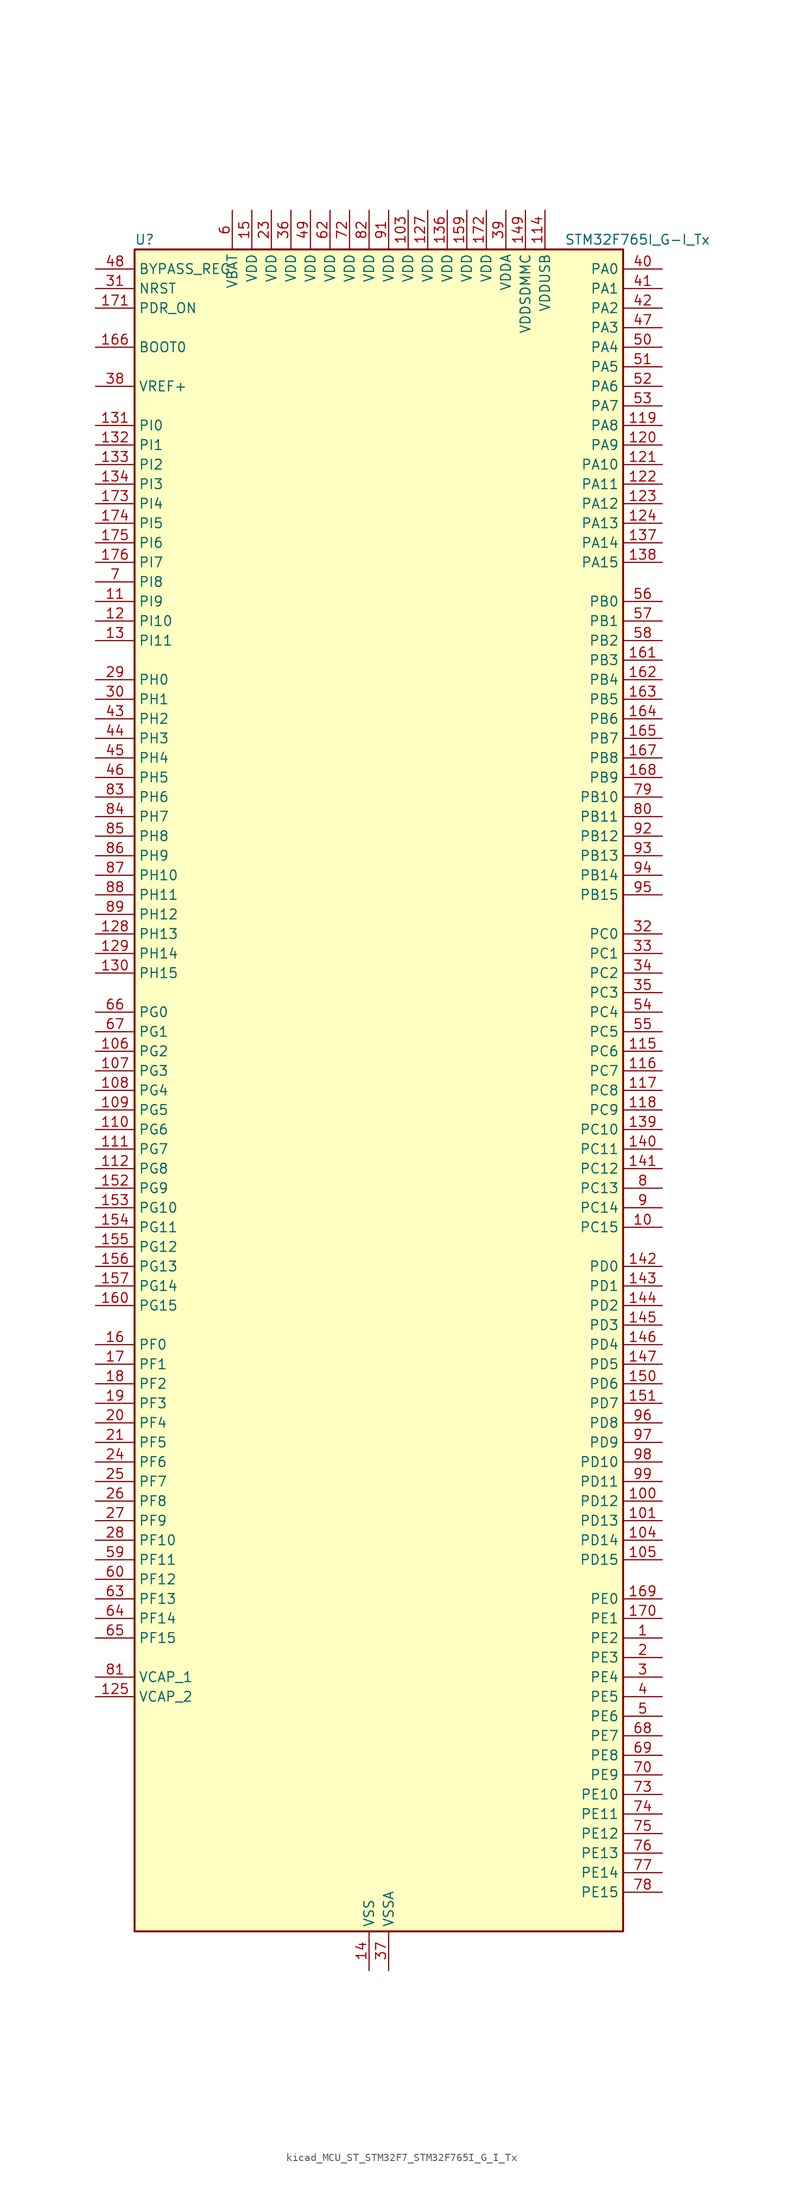
<source format=kicad_sym>
(kicad_symbol_lib
  (version 20220914)
  (generator kicad_symbol_editor)
  (symbol "kicad_MCU_ST_STM32F7_STM32F765I_G_I_Tx"
    (property "Reference" "U"
      (at -30.48 110.49 0)
      (effects (font (size 1.27 1.27)) (justify left)))
    (property "Value" "STM32F765I_G-I_Tx"
      (at 25.4 110.49 0)
      (effects (font (size 1.27 1.27)) (justify left)))
    (property "ki_locked" ""
      (at 0 0 0)
      (effects (font (size 1.27 1.27))))
    (symbol "kicad_MCU_ST_STM32F7_STM32F765I_G_I_Tx_0_1"
      (rectangle (start -30.48 -109.22) (end 33.02 109.22) (stroke (width 0.254) (type default)) (fill (type background))))
    (symbol "kicad_MCU_ST_STM32F7_STM32F765I_G_I_Tx_1_1"
      (pin bidirectional line (at 38.1 -71.12 180) (length 5.08) (name "PE2" (effects (font (size 1.27 1.27)))) (number "1" (effects (font (size 1.27 1.27)))) (alternate "ETH_TXD3" bidirectional line) (alternate "FMC_A23" bidirectional line) (alternate "QUADSPI_BK1_IO2" bidirectional line) (alternate "SAI1_MCLK_A" bidirectional line) (alternate "SPI4_SCK" bidirectional line) (alternate "SYS_TRACECLK" bidirectional line))
      (pin bidirectional line (at 38.1 -17.78 180) (length 5.08) (name "PC15" (effects (font (size 1.27 1.27)))) (number "10" (effects (font (size 1.27 1.27)))) (alternate "RCC_OSC32_OUT" bidirectional line))
      (pin bidirectional line (at 38.1 -53.34 180) (length 5.08) (name "PD12" (effects (font (size 1.27 1.27)))) (number "100" (effects (font (size 1.27 1.27)))) (alternate "FMC_A17" bidirectional line) (alternate "FMC_ALE" bidirectional line) (alternate "I2C4_SCL" bidirectional line) (alternate "LPTIM1_IN1" bidirectional line) (alternate "QUADSPI_BK1_IO1" bidirectional line) (alternate "SAI2_FS_A" bidirectional line) (alternate "TIM4_CH1" bidirectional line) (alternate "USART3_DE" bidirectional line) (alternate "USART3_RTS" bidirectional line))
      (pin bidirectional line (at 38.1 -55.88 180) (length 5.08) (name "PD13" (effects (font (size 1.27 1.27)))) (number "101" (effects (font (size 1.27 1.27)))) (alternate "FMC_A18" bidirectional line) (alternate "I2C4_SDA" bidirectional line) (alternate "LPTIM1_OUT" bidirectional line) (alternate "QUADSPI_BK1_IO3" bidirectional line) (alternate "SAI2_SCK_A" bidirectional line) (alternate "TIM4_CH2" bidirectional line))
      (pin passive line (at 0 -114.3 90) (length 5.08) hide (name "VSS" (effects (font (size 1.27 1.27)))) (number "102" (effects (font (size 1.27 1.27)))))
      (pin power_in line (at 5.08 114.3 270) (length 5.08) (name "VDD" (effects (font (size 1.27 1.27)))) (number "103" (effects (font (size 1.27 1.27)))))
      (pin bidirectional line (at 38.1 -58.42 180) (length 5.08) (name "PD14" (effects (font (size 1.27 1.27)))) (number "104" (effects (font (size 1.27 1.27)))) (alternate "FMC_D0" bidirectional line) (alternate "FMC_DA0" bidirectional line) (alternate "TIM4_CH3" bidirectional line) (alternate "UART8_CTS" bidirectional line))
      (pin bidirectional line (at 38.1 -60.96 180) (length 5.08) (name "PD15" (effects (font (size 1.27 1.27)))) (number "105" (effects (font (size 1.27 1.27)))) (alternate "FMC_D1" bidirectional line) (alternate "FMC_DA1" bidirectional line) (alternate "TIM4_CH4" bidirectional line) (alternate "UART8_DE" bidirectional line) (alternate "UART8_RTS" bidirectional line))
      (pin bidirectional line (at -35.56 5.08 0) (length 5.08) (name "PG2" (effects (font (size 1.27 1.27)))) (number "106" (effects (font (size 1.27 1.27)))) (alternate "FMC_A12" bidirectional line))
      (pin bidirectional line (at -35.56 2.54 0) (length 5.08) (name "PG3" (effects (font (size 1.27 1.27)))) (number "107" (effects (font (size 1.27 1.27)))) (alternate "FMC_A13" bidirectional line))
      (pin bidirectional line (at -35.56 0 0) (length 5.08) (name "PG4" (effects (font (size 1.27 1.27)))) (number "108" (effects (font (size 1.27 1.27)))) (alternate "FMC_A14" bidirectional line) (alternate "FMC_BA0" bidirectional line))
      (pin bidirectional line (at -35.56 -2.54 0) (length 5.08) (name "PG5" (effects (font (size 1.27 1.27)))) (number "109" (effects (font (size 1.27 1.27)))) (alternate "FMC_A15" bidirectional line) (alternate "FMC_BA1" bidirectional line))
      (pin bidirectional line (at -35.56 63.5 0) (length 5.08) (name "PI9" (effects (font (size 1.27 1.27)))) (number "11" (effects (font (size 1.27 1.27)))) (alternate "CAN1_RX" bidirectional line) (alternate "DAC_EXTI9" bidirectional line) (alternate "FMC_D30" bidirectional line) (alternate "UART4_RX" bidirectional line))
      (pin bidirectional line (at -35.56 -5.08 0) (length 5.08) (name "PG6" (effects (font (size 1.27 1.27)))) (number "110" (effects (font (size 1.27 1.27)))) (alternate "DCMI_D12" bidirectional line) (alternate "FMC_NE3" bidirectional line))
      (pin bidirectional line (at -35.56 -7.62 0) (length 5.08) (name "PG7" (effects (font (size 1.27 1.27)))) (number "111" (effects (font (size 1.27 1.27)))) (alternate "DCMI_D13" bidirectional line) (alternate "FMC_INT" bidirectional line) (alternate "SAI1_MCLK_A" bidirectional line) (alternate "USART6_CK" bidirectional line))
      (pin bidirectional line (at -35.56 -10.16 0) (length 5.08) (name "PG8" (effects (font (size 1.27 1.27)))) (number "112" (effects (font (size 1.27 1.27)))) (alternate "ETH_PPS_OUT" bidirectional line) (alternate "FMC_SDCLK" bidirectional line) (alternate "SPDIFRX_IN2" bidirectional line) (alternate "SPI6_NSS" bidirectional line) (alternate "USART6_DE" bidirectional line) (alternate "USART6_RTS" bidirectional line))
      (pin passive line (at 0 -114.3 90) (length 5.08) hide (name "VSS" (effects (font (size 1.27 1.27)))) (number "113" (effects (font (size 1.27 1.27)))))
      (pin power_in line (at 22.86 114.3 270) (length 5.08) (name "VDDUSB" (effects (font (size 1.27 1.27)))) (number "114" (effects (font (size 1.27 1.27)))))
      (pin bidirectional line (at 38.1 5.08 180) (length 5.08) (name "PC6" (effects (font (size 1.27 1.27)))) (number "115" (effects (font (size 1.27 1.27)))) (alternate "DCMI_D0" bidirectional line) (alternate "DFSDM1_CKIN3" bidirectional line) (alternate "FMC_NWAIT" bidirectional line) (alternate "I2S2_MCK" bidirectional line) (alternate "SDMMC1_D6" bidirectional line) (alternate "SDMMC2_D6" bidirectional line) (alternate "TIM3_CH1" bidirectional line) (alternate "TIM8_CH1" bidirectional line) (alternate "USART6_TX" bidirectional line))
      (pin bidirectional line (at 38.1 2.54 180) (length 5.08) (name "PC7" (effects (font (size 1.27 1.27)))) (number "116" (effects (font (size 1.27 1.27)))) (alternate "DCMI_D1" bidirectional line) (alternate "DFSDM1_DATIN3" bidirectional line) (alternate "FMC_NE1" bidirectional line) (alternate "I2S3_MCK" bidirectional line) (alternate "SDMMC1_D7" bidirectional line) (alternate "SDMMC2_D7" bidirectional line) (alternate "TIM3_CH2" bidirectional line) (alternate "TIM8_CH2" bidirectional line) (alternate "USART6_RX" bidirectional line))
      (pin bidirectional line (at 38.1 0 180) (length 5.08) (name "PC8" (effects (font (size 1.27 1.27)))) (number "117" (effects (font (size 1.27 1.27)))) (alternate "DCMI_D2" bidirectional line) (alternate "FMC_NCE" bidirectional line) (alternate "FMC_NE2" bidirectional line) (alternate "SDMMC1_D0" bidirectional line) (alternate "SYS_TRACED1" bidirectional line) (alternate "TIM3_CH3" bidirectional line) (alternate "TIM8_CH3" bidirectional line) (alternate "UART5_DE" bidirectional line) (alternate "UART5_RTS" bidirectional line) (alternate "USART6_CK" bidirectional line))
      (pin bidirectional line (at 38.1 -2.54 180) (length 5.08) (name "PC9" (effects (font (size 1.27 1.27)))) (number "118" (effects (font (size 1.27 1.27)))) (alternate "DAC_EXTI9" bidirectional line) (alternate "DCMI_D3" bidirectional line) (alternate "I2C3_SDA" bidirectional line) (alternate "I2S_CKIN" bidirectional line) (alternate "QUADSPI_BK1_IO0" bidirectional line) (alternate "RCC_MCO_2" bidirectional line) (alternate "SDMMC1_D1" bidirectional line) (alternate "TIM3_CH4" bidirectional line) (alternate "TIM8_CH4" bidirectional line) (alternate "UART5_CTS" bidirectional line))
      (pin bidirectional line (at 38.1 86.36 180) (length 5.08) (name "PA8" (effects (font (size 1.27 1.27)))) (number "119" (effects (font (size 1.27 1.27)))) (alternate "CAN3_RX" bidirectional line) (alternate "I2C3_SCL" bidirectional line) (alternate "RCC_MCO_1" bidirectional line) (alternate "TIM1_CH1" bidirectional line) (alternate "TIM8_BKIN2" bidirectional line) (alternate "UART7_RX" bidirectional line) (alternate "USART1_CK" bidirectional line) (alternate "USB_OTG_FS_SOF" bidirectional line))
      (pin bidirectional line (at -35.56 60.96 0) (length 5.08) (name "PI10" (effects (font (size 1.27 1.27)))) (number "12" (effects (font (size 1.27 1.27)))) (alternate "ETH_RX_ER" bidirectional line) (alternate "FMC_D31" bidirectional line))
      (pin bidirectional line (at 38.1 83.82 180) (length 5.08) (name "PA9" (effects (font (size 1.27 1.27)))) (number "120" (effects (font (size 1.27 1.27)))) (alternate "DAC_EXTI9" bidirectional line) (alternate "DCMI_D0" bidirectional line) (alternate "I2C3_SMBA" bidirectional line) (alternate "I2S2_CK" bidirectional line) (alternate "SPI2_SCK" bidirectional line) (alternate "TIM1_CH2" bidirectional line) (alternate "USART1_TX" bidirectional line) (alternate "USB_OTG_FS_VBUS" bidirectional line))
      (pin bidirectional line (at 38.1 81.28 180) (length 5.08) (name "PA10" (effects (font (size 1.27 1.27)))) (number "121" (effects (font (size 1.27 1.27)))) (alternate "DCMI_D1" bidirectional line) (alternate "MDIOS_MDIO" bidirectional line) (alternate "TIM1_CH3" bidirectional line) (alternate "USART1_RX" bidirectional line) (alternate "USB_OTG_FS_ID" bidirectional line))
      (pin bidirectional line (at 38.1 78.74 180) (length 5.08) (name "PA11" (effects (font (size 1.27 1.27)))) (number "122" (effects (font (size 1.27 1.27)))) (alternate "ADC1_EXTI11" bidirectional line) (alternate "ADC2_EXTI11" bidirectional line) (alternate "ADC3_EXTI11" bidirectional line) (alternate "CAN1_RX" bidirectional line) (alternate "I2S2_WS" bidirectional line) (alternate "SPI2_NSS" bidirectional line) (alternate "TIM1_CH4" bidirectional line) (alternate "UART4_RX" bidirectional line) (alternate "USART1_CTS" bidirectional line) (alternate "USB_OTG_FS_DM" bidirectional line))
      (pin bidirectional line (at 38.1 76.2 180) (length 5.08) (name "PA12" (effects (font (size 1.27 1.27)))) (number "123" (effects (font (size 1.27 1.27)))) (alternate "CAN1_TX" bidirectional line) (alternate "I2S2_CK" bidirectional line) (alternate "SAI2_FS_B" bidirectional line) (alternate "SPI2_SCK" bidirectional line) (alternate "TIM1_ETR" bidirectional line) (alternate "UART4_TX" bidirectional line) (alternate "USART1_DE" bidirectional line) (alternate "USART1_RTS" bidirectional line) (alternate "USB_OTG_FS_DP" bidirectional line))
      (pin bidirectional line (at 38.1 73.66 180) (length 5.08) (name "PA13" (effects (font (size 1.27 1.27)))) (number "124" (effects (font (size 1.27 1.27)))) (alternate "SYS_JTMS-SWDIO" bidirectional line))
      (pin power_out line (at -35.56 -78.74 0) (length 5.08) (name "VCAP_2" (effects (font (size 1.27 1.27)))) (number "125" (effects (font (size 1.27 1.27)))))
      (pin passive line (at 0 -114.3 90) (length 5.08) hide (name "VSS" (effects (font (size 1.27 1.27)))) (number "126" (effects (font (size 1.27 1.27)))))
      (pin power_in line (at 7.62 114.3 270) (length 5.08) (name "VDD" (effects (font (size 1.27 1.27)))) (number "127" (effects (font (size 1.27 1.27)))))
      (pin bidirectional line (at -35.56 20.32 0) (length 5.08) (name "PH13" (effects (font (size 1.27 1.27)))) (number "128" (effects (font (size 1.27 1.27)))) (alternate "CAN1_TX" bidirectional line) (alternate "FMC_D21" bidirectional line) (alternate "TIM8_CH1N" bidirectional line) (alternate "UART4_TX" bidirectional line))
      (pin bidirectional line (at -35.56 17.78 0) (length 5.08) (name "PH14" (effects (font (size 1.27 1.27)))) (number "129" (effects (font (size 1.27 1.27)))) (alternate "CAN1_RX" bidirectional line) (alternate "DCMI_D4" bidirectional line) (alternate "FMC_D22" bidirectional line) (alternate "TIM8_CH2N" bidirectional line) (alternate "UART4_RX" bidirectional line))
      (pin bidirectional line (at -35.56 58.42 0) (length 5.08) (name "PI11" (effects (font (size 1.27 1.27)))) (number "13" (effects (font (size 1.27 1.27)))) (alternate "ADC1_EXTI11" bidirectional line) (alternate "ADC2_EXTI11" bidirectional line) (alternate "ADC3_EXTI11" bidirectional line) (alternate "SYS_WKUP6" bidirectional line) (alternate "USB_OTG_HS_ULPI_DIR" bidirectional line))
      (pin bidirectional line (at -35.56 15.24 0) (length 5.08) (name "PH15" (effects (font (size 1.27 1.27)))) (number "130" (effects (font (size 1.27 1.27)))) (alternate "DCMI_D11" bidirectional line) (alternate "FMC_D23" bidirectional line) (alternate "TIM8_CH3N" bidirectional line))
      (pin bidirectional line (at -35.56 86.36 0) (length 5.08) (name "PI0" (effects (font (size 1.27 1.27)))) (number "131" (effects (font (size 1.27 1.27)))) (alternate "DCMI_D13" bidirectional line) (alternate "FMC_D24" bidirectional line) (alternate "I2S2_WS" bidirectional line) (alternate "SPI2_NSS" bidirectional line) (alternate "TIM5_CH4" bidirectional line))
      (pin bidirectional line (at -35.56 83.82 0) (length 5.08) (name "PI1" (effects (font (size 1.27 1.27)))) (number "132" (effects (font (size 1.27 1.27)))) (alternate "DCMI_D8" bidirectional line) (alternate "FMC_D25" bidirectional line) (alternate "I2S2_CK" bidirectional line) (alternate "SPI2_SCK" bidirectional line) (alternate "TIM8_BKIN2" bidirectional line))
      (pin bidirectional line (at -35.56 81.28 0) (length 5.08) (name "PI2" (effects (font (size 1.27 1.27)))) (number "133" (effects (font (size 1.27 1.27)))) (alternate "DCMI_D9" bidirectional line) (alternate "FMC_D26" bidirectional line) (alternate "SPI2_MISO" bidirectional line) (alternate "TIM8_CH4" bidirectional line))
      (pin bidirectional line (at -35.56 78.74 0) (length 5.08) (name "PI3" (effects (font (size 1.27 1.27)))) (number "134" (effects (font (size 1.27 1.27)))) (alternate "DCMI_D10" bidirectional line) (alternate "FMC_D27" bidirectional line) (alternate "I2S2_SD" bidirectional line) (alternate "SPI2_MOSI" bidirectional line) (alternate "TIM8_ETR" bidirectional line))
      (pin passive line (at 0 -114.3 90) (length 5.08) hide (name "VSS" (effects (font (size 1.27 1.27)))) (number "135" (effects (font (size 1.27 1.27)))))
      (pin power_in line (at 10.16 114.3 270) (length 5.08) (name "VDD" (effects (font (size 1.27 1.27)))) (number "136" (effects (font (size 1.27 1.27)))))
      (pin bidirectional line (at 38.1 71.12 180) (length 5.08) (name "PA14" (effects (font (size 1.27 1.27)))) (number "137" (effects (font (size 1.27 1.27)))) (alternate "SYS_JTCK-SWCLK" bidirectional line))
      (pin bidirectional line (at 38.1 68.58 180) (length 5.08) (name "PA15" (effects (font (size 1.27 1.27)))) (number "138" (effects (font (size 1.27 1.27)))) (alternate "CAN3_TX" bidirectional line) (alternate "CEC" bidirectional line) (alternate "I2S1_WS" bidirectional line) (alternate "I2S3_WS" bidirectional line) (alternate "SPI1_NSS" bidirectional line) (alternate "SPI3_NSS" bidirectional line) (alternate "SPI6_NSS" bidirectional line) (alternate "SYS_JTDI" bidirectional line) (alternate "TIM2_CH1" bidirectional line) (alternate "TIM2_ETR" bidirectional line) (alternate "UART4_DE" bidirectional line) (alternate "UART4_RTS" bidirectional line) (alternate "UART7_TX" bidirectional line))
      (pin bidirectional line (at 38.1 -5.08 180) (length 5.08) (name "PC10" (effects (font (size 1.27 1.27)))) (number "139" (effects (font (size 1.27 1.27)))) (alternate "DCMI_D8" bidirectional line) (alternate "DFSDM1_CKIN5" bidirectional line) (alternate "I2S3_CK" bidirectional line) (alternate "QUADSPI_BK1_IO1" bidirectional line) (alternate "SDMMC1_D2" bidirectional line) (alternate "SPI3_SCK" bidirectional line) (alternate "UART4_TX" bidirectional line) (alternate "USART3_TX" bidirectional line))
      (pin power_in line (at 0 -114.3 90) (length 5.08) (name "VSS" (effects (font (size 1.27 1.27)))) (number "14" (effects (font (size 1.27 1.27)))))
      (pin bidirectional line (at 38.1 -7.62 180) (length 5.08) (name "PC11" (effects (font (size 1.27 1.27)))) (number "140" (effects (font (size 1.27 1.27)))) (alternate "ADC1_EXTI11" bidirectional line) (alternate "ADC2_EXTI11" bidirectional line) (alternate "ADC3_EXTI11" bidirectional line) (alternate "DCMI_D4" bidirectional line) (alternate "DFSDM1_DATIN5" bidirectional line) (alternate "QUADSPI_BK2_NCS" bidirectional line) (alternate "SDMMC1_D3" bidirectional line) (alternate "SPI3_MISO" bidirectional line) (alternate "UART4_RX" bidirectional line) (alternate "USART3_RX" bidirectional line))
      (pin bidirectional line (at 38.1 -10.16 180) (length 5.08) (name "PC12" (effects (font (size 1.27 1.27)))) (number "141" (effects (font (size 1.27 1.27)))) (alternate "DCMI_D9" bidirectional line) (alternate "I2S3_SD" bidirectional line) (alternate "SDMMC1_CK" bidirectional line) (alternate "SPI3_MOSI" bidirectional line) (alternate "SYS_TRACED3" bidirectional line) (alternate "UART5_TX" bidirectional line) (alternate "USART3_CK" bidirectional line))
      (pin bidirectional line (at 38.1 -22.86 180) (length 5.08) (name "PD0" (effects (font (size 1.27 1.27)))) (number "142" (effects (font (size 1.27 1.27)))) (alternate "CAN1_RX" bidirectional line) (alternate "DFSDM1_CKIN6" bidirectional line) (alternate "DFSDM1_DATIN7" bidirectional line) (alternate "FMC_D2" bidirectional line) (alternate "FMC_DA2" bidirectional line) (alternate "UART4_RX" bidirectional line))
      (pin bidirectional line (at 38.1 -25.4 180) (length 5.08) (name "PD1" (effects (font (size 1.27 1.27)))) (number "143" (effects (font (size 1.27 1.27)))) (alternate "CAN1_TX" bidirectional line) (alternate "DFSDM1_CKIN7" bidirectional line) (alternate "DFSDM1_DATIN6" bidirectional line) (alternate "FMC_D3" bidirectional line) (alternate "FMC_DA3" bidirectional line) (alternate "UART4_TX" bidirectional line))
      (pin bidirectional line (at 38.1 -27.94 180) (length 5.08) (name "PD2" (effects (font (size 1.27 1.27)))) (number "144" (effects (font (size 1.27 1.27)))) (alternate "DCMI_D11" bidirectional line) (alternate "SDMMC1_CMD" bidirectional line) (alternate "SYS_TRACED2" bidirectional line) (alternate "TIM3_ETR" bidirectional line) (alternate "UART5_RX" bidirectional line))
      (pin bidirectional line (at 38.1 -30.48 180) (length 5.08) (name "PD3" (effects (font (size 1.27 1.27)))) (number "145" (effects (font (size 1.27 1.27)))) (alternate "DCMI_D5" bidirectional line) (alternate "DFSDM1_CKOUT" bidirectional line) (alternate "DFSDM1_DATIN0" bidirectional line) (alternate "FMC_CLK" bidirectional line) (alternate "I2S2_CK" bidirectional line) (alternate "SPI2_SCK" bidirectional line) (alternate "USART2_CTS" bidirectional line))
      (pin bidirectional line (at 38.1 -33.02 180) (length 5.08) (name "PD4" (effects (font (size 1.27 1.27)))) (number "146" (effects (font (size 1.27 1.27)))) (alternate "DFSDM1_CKIN0" bidirectional line) (alternate "FMC_NOE" bidirectional line) (alternate "USART2_DE" bidirectional line) (alternate "USART2_RTS" bidirectional line))
      (pin bidirectional line (at 38.1 -35.56 180) (length 5.08) (name "PD5" (effects (font (size 1.27 1.27)))) (number "147" (effects (font (size 1.27 1.27)))) (alternate "FMC_NWE" bidirectional line) (alternate "USART2_TX" bidirectional line))
      (pin passive line (at 0 -114.3 90) (length 5.08) hide (name "VSS" (effects (font (size 1.27 1.27)))) (number "148" (effects (font (size 1.27 1.27)))))
      (pin power_in line (at 20.32 114.3 270) (length 5.08) (name "VDDSDMMC" (effects (font (size 1.27 1.27)))) (number "149" (effects (font (size 1.27 1.27)))))
      (pin power_in line (at -15.24 114.3 270) (length 5.08) (name "VDD" (effects (font (size 1.27 1.27)))) (number "15" (effects (font (size 1.27 1.27)))))
      (pin bidirectional line (at 38.1 -38.1 180) (length 5.08) (name "PD6" (effects (font (size 1.27 1.27)))) (number "150" (effects (font (size 1.27 1.27)))) (alternate "DCMI_D10" bidirectional line) (alternate "DFSDM1_CKIN4" bidirectional line) (alternate "DFSDM1_DATIN1" bidirectional line) (alternate "FMC_NWAIT" bidirectional line) (alternate "I2S3_SD" bidirectional line) (alternate "SAI1_SD_A" bidirectional line) (alternate "SDMMC2_CK" bidirectional line) (alternate "SPI3_MOSI" bidirectional line) (alternate "USART2_RX" bidirectional line))
      (pin bidirectional line (at 38.1 -40.64 180) (length 5.08) (name "PD7" (effects (font (size 1.27 1.27)))) (number "151" (effects (font (size 1.27 1.27)))) (alternate "DFSDM1_CKIN1" bidirectional line) (alternate "DFSDM1_DATIN4" bidirectional line) (alternate "FMC_NE1" bidirectional line) (alternate "I2S1_SD" bidirectional line) (alternate "SDMMC2_CMD" bidirectional line) (alternate "SPDIFRX_IN0" bidirectional line) (alternate "SPI1_MOSI" bidirectional line) (alternate "USART2_CK" bidirectional line))
      (pin bidirectional line (at -35.56 -12.7 0) (length 5.08) (name "PG9" (effects (font (size 1.27 1.27)))) (number "152" (effects (font (size 1.27 1.27)))) (alternate "DAC_EXTI9" bidirectional line) (alternate "DCMI_VSYNC" bidirectional line) (alternate "FMC_NCE" bidirectional line) (alternate "FMC_NE2" bidirectional line) (alternate "QUADSPI_BK2_IO2" bidirectional line) (alternate "SAI2_FS_B" bidirectional line) (alternate "SDMMC2_D0" bidirectional line) (alternate "SPDIFRX_IN3" bidirectional line) (alternate "SPI1_MISO" bidirectional line) (alternate "USART6_RX" bidirectional line))
      (pin bidirectional line (at -35.56 -15.24 0) (length 5.08) (name "PG10" (effects (font (size 1.27 1.27)))) (number "153" (effects (font (size 1.27 1.27)))) (alternate "DCMI_D2" bidirectional line) (alternate "FMC_NE3" bidirectional line) (alternate "I2S1_WS" bidirectional line) (alternate "SAI2_SD_B" bidirectional line) (alternate "SDMMC2_D1" bidirectional line) (alternate "SPI1_NSS" bidirectional line))
      (pin bidirectional line (at -35.56 -17.78 0) (length 5.08) (name "PG11" (effects (font (size 1.27 1.27)))) (number "154" (effects (font (size 1.27 1.27)))) (alternate "ADC1_EXTI11" bidirectional line) (alternate "ADC2_EXTI11" bidirectional line) (alternate "ADC3_EXTI11" bidirectional line) (alternate "DCMI_D3" bidirectional line) (alternate "ETH_TX_EN" bidirectional line) (alternate "I2S1_CK" bidirectional line) (alternate "SDMMC2_D2" bidirectional line) (alternate "SPDIFRX_IN0" bidirectional line) (alternate "SPI1_SCK" bidirectional line))
      (pin bidirectional line (at -35.56 -20.32 0) (length 5.08) (name "PG12" (effects (font (size 1.27 1.27)))) (number "155" (effects (font (size 1.27 1.27)))) (alternate "FMC_NE4" bidirectional line) (alternate "LPTIM1_IN1" bidirectional line) (alternate "SDMMC2_D3" bidirectional line) (alternate "SPDIFRX_IN1" bidirectional line) (alternate "SPI6_MISO" bidirectional line) (alternate "USART6_DE" bidirectional line) (alternate "USART6_RTS" bidirectional line))
      (pin bidirectional line (at -35.56 -22.86 0) (length 5.08) (name "PG13" (effects (font (size 1.27 1.27)))) (number "156" (effects (font (size 1.27 1.27)))) (alternate "ETH_TXD0" bidirectional line) (alternate "FMC_A24" bidirectional line) (alternate "LPTIM1_OUT" bidirectional line) (alternate "SPI6_SCK" bidirectional line) (alternate "SYS_TRACED0" bidirectional line) (alternate "USART6_CTS" bidirectional line))
      (pin bidirectional line (at -35.56 -25.4 0) (length 5.08) (name "PG14" (effects (font (size 1.27 1.27)))) (number "157" (effects (font (size 1.27 1.27)))) (alternate "ETH_TXD1" bidirectional line) (alternate "FMC_A25" bidirectional line) (alternate "LPTIM1_ETR" bidirectional line) (alternate "QUADSPI_BK2_IO3" bidirectional line) (alternate "SPI6_MOSI" bidirectional line) (alternate "SYS_TRACED1" bidirectional line) (alternate "USART6_TX" bidirectional line))
      (pin passive line (at 0 -114.3 90) (length 5.08) hide (name "VSS" (effects (font (size 1.27 1.27)))) (number "158" (effects (font (size 1.27 1.27)))))
      (pin power_in line (at 12.7 114.3 270) (length 5.08) (name "VDD" (effects (font (size 1.27 1.27)))) (number "159" (effects (font (size 1.27 1.27)))))
      (pin bidirectional line (at -35.56 -33.02 0) (length 5.08) (name "PF0" (effects (font (size 1.27 1.27)))) (number "16" (effects (font (size 1.27 1.27)))) (alternate "FMC_A0" bidirectional line) (alternate "I2C2_SDA" bidirectional line))
      (pin bidirectional line (at -35.56 -27.94 0) (length 5.08) (name "PG15" (effects (font (size 1.27 1.27)))) (number "160" (effects (font (size 1.27 1.27)))) (alternate "DCMI_D13" bidirectional line) (alternate "FMC_SDNCAS" bidirectional line) (alternate "USART6_CTS" bidirectional line))
      (pin bidirectional line (at 38.1 55.88 180) (length 5.08) (name "PB3" (effects (font (size 1.27 1.27)))) (number "161" (effects (font (size 1.27 1.27)))) (alternate "CAN3_RX" bidirectional line) (alternate "I2S1_CK" bidirectional line) (alternate "I2S3_CK" bidirectional line) (alternate "SDMMC2_D2" bidirectional line) (alternate "SPI1_SCK" bidirectional line) (alternate "SPI3_SCK" bidirectional line) (alternate "SPI6_SCK" bidirectional line) (alternate "SYS_JTDO-SWO" bidirectional line) (alternate "TIM2_CH2" bidirectional line) (alternate "UART7_RX" bidirectional line))
      (pin bidirectional line (at 38.1 53.34 180) (length 5.08) (name "PB4" (effects (font (size 1.27 1.27)))) (number "162" (effects (font (size 1.27 1.27)))) (alternate "CAN3_TX" bidirectional line) (alternate "I2S2_WS" bidirectional line) (alternate "SDMMC2_D3" bidirectional line) (alternate "SPI1_MISO" bidirectional line) (alternate "SPI2_NSS" bidirectional line) (alternate "SPI3_MISO" bidirectional line) (alternate "SPI6_MISO" bidirectional line) (alternate "SYS_JTRST" bidirectional line) (alternate "TIM3_CH1" bidirectional line) (alternate "UART7_TX" bidirectional line))
      (pin bidirectional line (at 38.1 50.8 180) (length 5.08) (name "PB5" (effects (font (size 1.27 1.27)))) (number "163" (effects (font (size 1.27 1.27)))) (alternate "CAN2_RX" bidirectional line) (alternate "DCMI_D10" bidirectional line) (alternate "ETH_PPS_OUT" bidirectional line) (alternate "FMC_SDCKE1" bidirectional line) (alternate "I2C1_SMBA" bidirectional line) (alternate "I2S1_SD" bidirectional line) (alternate "I2S3_SD" bidirectional line) (alternate "SPI1_MOSI" bidirectional line) (alternate "SPI3_MOSI" bidirectional line) (alternate "SPI6_MOSI" bidirectional line) (alternate "TIM3_CH2" bidirectional line) (alternate "UART5_RX" bidirectional line) (alternate "USB_OTG_HS_ULPI_D7" bidirectional line))
      (pin bidirectional line (at 38.1 48.26 180) (length 5.08) (name "PB6" (effects (font (size 1.27 1.27)))) (number "164" (effects (font (size 1.27 1.27)))) (alternate "CAN2_TX" bidirectional line) (alternate "CEC" bidirectional line) (alternate "DCMI_D5" bidirectional line) (alternate "DFSDM1_DATIN5" bidirectional line) (alternate "FMC_SDNE1" bidirectional line) (alternate "I2C1_SCL" bidirectional line) (alternate "I2C4_SCL" bidirectional line) (alternate "QUADSPI_BK1_NCS" bidirectional line) (alternate "TIM4_CH1" bidirectional line) (alternate "UART5_TX" bidirectional line) (alternate "USART1_TX" bidirectional line))
      (pin bidirectional line (at 38.1 45.72 180) (length 5.08) (name "PB7" (effects (font (size 1.27 1.27)))) (number "165" (effects (font (size 1.27 1.27)))) (alternate "DCMI_VSYNC" bidirectional line) (alternate "DFSDM1_CKIN5" bidirectional line) (alternate "FMC_NL" bidirectional line) (alternate "I2C1_SDA" bidirectional line) (alternate "I2C4_SDA" bidirectional line) (alternate "TIM4_CH2" bidirectional line) (alternate "USART1_RX" bidirectional line))
      (pin input line (at -35.56 96.52 0) (length 5.08) (name "BOOT0" (effects (font (size 1.27 1.27)))) (number "166" (effects (font (size 1.27 1.27)))))
      (pin bidirectional line (at 38.1 43.18 180) (length 5.08) (name "PB8" (effects (font (size 1.27 1.27)))) (number "167" (effects (font (size 1.27 1.27)))) (alternate "CAN1_RX" bidirectional line) (alternate "DCMI_D6" bidirectional line) (alternate "DFSDM1_CKIN7" bidirectional line) (alternate "ETH_TXD3" bidirectional line) (alternate "I2C1_SCL" bidirectional line) (alternate "I2C4_SCL" bidirectional line) (alternate "SDMMC1_D4" bidirectional line) (alternate "SDMMC2_D4" bidirectional line) (alternate "TIM10_CH1" bidirectional line) (alternate "TIM4_CH3" bidirectional line) (alternate "UART5_RX" bidirectional line))
      (pin bidirectional line (at 38.1 40.64 180) (length 5.08) (name "PB9" (effects (font (size 1.27 1.27)))) (number "168" (effects (font (size 1.27 1.27)))) (alternate "CAN1_TX" bidirectional line) (alternate "DAC_EXTI9" bidirectional line) (alternate "DCMI_D7" bidirectional line) (alternate "DFSDM1_DATIN7" bidirectional line) (alternate "I2C1_SDA" bidirectional line) (alternate "I2C4_SDA" bidirectional line) (alternate "I2C4_SMBA" bidirectional line) (alternate "I2S2_WS" bidirectional line) (alternate "SDMMC1_D5" bidirectional line) (alternate "SDMMC2_D5" bidirectional line) (alternate "SPI2_NSS" bidirectional line) (alternate "TIM11_CH1" bidirectional line) (alternate "TIM4_CH4" bidirectional line) (alternate "UART5_TX" bidirectional line))
      (pin bidirectional line (at 38.1 -66.04 180) (length 5.08) (name "PE0" (effects (font (size 1.27 1.27)))) (number "169" (effects (font (size 1.27 1.27)))) (alternate "DCMI_D2" bidirectional line) (alternate "FMC_NBL0" bidirectional line) (alternate "LPTIM1_ETR" bidirectional line) (alternate "SAI2_MCLK_A" bidirectional line) (alternate "TIM4_ETR" bidirectional line) (alternate "UART8_RX" bidirectional line))
      (pin bidirectional line (at -35.56 -35.56 0) (length 5.08) (name "PF1" (effects (font (size 1.27 1.27)))) (number "17" (effects (font (size 1.27 1.27)))) (alternate "FMC_A1" bidirectional line) (alternate "I2C2_SCL" bidirectional line))
      (pin bidirectional line (at 38.1 -68.58 180) (length 5.08) (name "PE1" (effects (font (size 1.27 1.27)))) (number "170" (effects (font (size 1.27 1.27)))) (alternate "DCMI_D3" bidirectional line) (alternate "FMC_NBL1" bidirectional line) (alternate "LPTIM1_IN2" bidirectional line) (alternate "UART8_TX" bidirectional line))
      (pin input line (at -35.56 101.6 0) (length 5.08) (name "PDR_ON" (effects (font (size 1.27 1.27)))) (number "171" (effects (font (size 1.27 1.27)))))
      (pin power_in line (at 15.24 114.3 270) (length 5.08) (name "VDD" (effects (font (size 1.27 1.27)))) (number "172" (effects (font (size 1.27 1.27)))))
      (pin bidirectional line (at -35.56 76.2 0) (length 5.08) (name "PI4" (effects (font (size 1.27 1.27)))) (number "173" (effects (font (size 1.27 1.27)))) (alternate "DCMI_D5" bidirectional line) (alternate "FMC_NBL2" bidirectional line) (alternate "SAI2_MCLK_A" bidirectional line) (alternate "TIM8_BKIN" bidirectional line))
      (pin bidirectional line (at -35.56 73.66 0) (length 5.08) (name "PI5" (effects (font (size 1.27 1.27)))) (number "174" (effects (font (size 1.27 1.27)))) (alternate "DCMI_VSYNC" bidirectional line) (alternate "FMC_NBL3" bidirectional line) (alternate "SAI2_SCK_A" bidirectional line) (alternate "TIM8_CH1" bidirectional line))
      (pin bidirectional line (at -35.56 71.12 0) (length 5.08) (name "PI6" (effects (font (size 1.27 1.27)))) (number "175" (effects (font (size 1.27 1.27)))) (alternate "DCMI_D6" bidirectional line) (alternate "FMC_D28" bidirectional line) (alternate "SAI2_SD_A" bidirectional line) (alternate "TIM8_CH2" bidirectional line))
      (pin bidirectional line (at -35.56 68.58 0) (length 5.08) (name "PI7" (effects (font (size 1.27 1.27)))) (number "176" (effects (font (size 1.27 1.27)))) (alternate "DCMI_D7" bidirectional line) (alternate "FMC_D29" bidirectional line) (alternate "SAI2_FS_A" bidirectional line) (alternate "TIM8_CH3" bidirectional line))
      (pin bidirectional line (at -35.56 -38.1 0) (length 5.08) (name "PF2" (effects (font (size 1.27 1.27)))) (number "18" (effects (font (size 1.27 1.27)))) (alternate "FMC_A2" bidirectional line) (alternate "I2C2_SMBA" bidirectional line))
      (pin bidirectional line (at -35.56 -40.64 0) (length 5.08) (name "PF3" (effects (font (size 1.27 1.27)))) (number "19" (effects (font (size 1.27 1.27)))) (alternate "ADC3_IN9" bidirectional line) (alternate "FMC_A3" bidirectional line))
      (pin bidirectional line (at 38.1 -73.66 180) (length 5.08) (name "PE3" (effects (font (size 1.27 1.27)))) (number "2" (effects (font (size 1.27 1.27)))) (alternate "FMC_A19" bidirectional line) (alternate "SAI1_SD_B" bidirectional line) (alternate "SYS_TRACED0" bidirectional line))
      (pin bidirectional line (at -35.56 -43.18 0) (length 5.08) (name "PF4" (effects (font (size 1.27 1.27)))) (number "20" (effects (font (size 1.27 1.27)))) (alternate "ADC3_IN14" bidirectional line) (alternate "FMC_A4" bidirectional line))
      (pin bidirectional line (at -35.56 -45.72 0) (length 5.08) (name "PF5" (effects (font (size 1.27 1.27)))) (number "21" (effects (font (size 1.27 1.27)))) (alternate "ADC3_IN15" bidirectional line) (alternate "FMC_A5" bidirectional line))
      (pin passive line (at 0 -114.3 90) (length 5.08) hide (name "VSS" (effects (font (size 1.27 1.27)))) (number "22" (effects (font (size 1.27 1.27)))))
      (pin power_in line (at -12.7 114.3 270) (length 5.08) (name "VDD" (effects (font (size 1.27 1.27)))) (number "23" (effects (font (size 1.27 1.27)))))
      (pin bidirectional line (at -35.56 -48.26 0) (length 5.08) (name "PF6" (effects (font (size 1.27 1.27)))) (number "24" (effects (font (size 1.27 1.27)))) (alternate "ADC3_IN4" bidirectional line) (alternate "QUADSPI_BK1_IO3" bidirectional line) (alternate "SAI1_SD_B" bidirectional line) (alternate "SPI5_NSS" bidirectional line) (alternate "TIM10_CH1" bidirectional line) (alternate "UART7_RX" bidirectional line))
      (pin bidirectional line (at -35.56 -50.8 0) (length 5.08) (name "PF7" (effects (font (size 1.27 1.27)))) (number "25" (effects (font (size 1.27 1.27)))) (alternate "ADC3_IN5" bidirectional line) (alternate "QUADSPI_BK1_IO2" bidirectional line) (alternate "SAI1_MCLK_B" bidirectional line) (alternate "SPI5_SCK" bidirectional line) (alternate "TIM11_CH1" bidirectional line) (alternate "UART7_TX" bidirectional line))
      (pin bidirectional line (at -35.56 -53.34 0) (length 5.08) (name "PF8" (effects (font (size 1.27 1.27)))) (number "26" (effects (font (size 1.27 1.27)))) (alternate "ADC3_IN6" bidirectional line) (alternate "QUADSPI_BK1_IO0" bidirectional line) (alternate "SAI1_SCK_B" bidirectional line) (alternate "SPI5_MISO" bidirectional line) (alternate "TIM13_CH1" bidirectional line) (alternate "UART7_DE" bidirectional line) (alternate "UART7_RTS" bidirectional line))
      (pin bidirectional line (at -35.56 -55.88 0) (length 5.08) (name "PF9" (effects (font (size 1.27 1.27)))) (number "27" (effects (font (size 1.27 1.27)))) (alternate "ADC3_IN7" bidirectional line) (alternate "DAC_EXTI9" bidirectional line) (alternate "QUADSPI_BK1_IO1" bidirectional line) (alternate "SAI1_FS_B" bidirectional line) (alternate "SPI5_MOSI" bidirectional line) (alternate "TIM14_CH1" bidirectional line) (alternate "UART7_CTS" bidirectional line))
      (pin bidirectional line (at -35.56 -58.42 0) (length 5.08) (name "PF10" (effects (font (size 1.27 1.27)))) (number "28" (effects (font (size 1.27 1.27)))) (alternate "ADC3_IN8" bidirectional line) (alternate "DCMI_D11" bidirectional line) (alternate "QUADSPI_CLK" bidirectional line))
      (pin bidirectional line (at -35.56 53.34 0) (length 5.08) (name "PH0" (effects (font (size 1.27 1.27)))) (number "29" (effects (font (size 1.27 1.27)))) (alternate "RCC_OSC_IN" bidirectional line))
      (pin bidirectional line (at 38.1 -76.2 180) (length 5.08) (name "PE4" (effects (font (size 1.27 1.27)))) (number "3" (effects (font (size 1.27 1.27)))) (alternate "DCMI_D4" bidirectional line) (alternate "DFSDM1_DATIN3" bidirectional line) (alternate "FMC_A20" bidirectional line) (alternate "SAI1_FS_A" bidirectional line) (alternate "SPI4_NSS" bidirectional line) (alternate "SYS_TRACED1" bidirectional line))
      (pin bidirectional line (at -35.56 50.8 0) (length 5.08) (name "PH1" (effects (font (size 1.27 1.27)))) (number "30" (effects (font (size 1.27 1.27)))) (alternate "RCC_OSC_OUT" bidirectional line))
      (pin input line (at -35.56 104.14 0) (length 5.08) (name "NRST" (effects (font (size 1.27 1.27)))) (number "31" (effects (font (size 1.27 1.27)))))
      (pin bidirectional line (at 38.1 20.32 180) (length 5.08) (name "PC0" (effects (font (size 1.27 1.27)))) (number "32" (effects (font (size 1.27 1.27)))) (alternate "ADC1_IN10" bidirectional line) (alternate "ADC2_IN10" bidirectional line) (alternate "ADC3_IN10" bidirectional line) (alternate "DFSDM1_CKIN0" bidirectional line) (alternate "DFSDM1_DATIN4" bidirectional line) (alternate "FMC_SDNWE" bidirectional line) (alternate "SAI2_FS_B" bidirectional line) (alternate "USB_OTG_HS_ULPI_STP" bidirectional line))
      (pin bidirectional line (at 38.1 17.78 180) (length 5.08) (name "PC1" (effects (font (size 1.27 1.27)))) (number "33" (effects (font (size 1.27 1.27)))) (alternate "ADC1_IN11" bidirectional line) (alternate "ADC2_IN11" bidirectional line) (alternate "ADC3_IN11" bidirectional line) (alternate "DFSDM1_CKIN4" bidirectional line) (alternate "DFSDM1_DATIN0" bidirectional line) (alternate "ETH_MDC" bidirectional line) (alternate "I2S2_SD" bidirectional line) (alternate "MDIOS_MDC" bidirectional line) (alternate "RTC_TAMP3" bidirectional line) (alternate "RTC_TS" bidirectional line) (alternate "SAI1_SD_A" bidirectional line) (alternate "SPI2_MOSI" bidirectional line) (alternate "SYS_TRACED0" bidirectional line) (alternate "SYS_WKUP3" bidirectional line))
      (pin bidirectional line (at 38.1 15.24 180) (length 5.08) (name "PC2" (effects (font (size 1.27 1.27)))) (number "34" (effects (font (size 1.27 1.27)))) (alternate "ADC1_IN12" bidirectional line) (alternate "ADC2_IN12" bidirectional line) (alternate "ADC3_IN12" bidirectional line) (alternate "DFSDM1_CKIN1" bidirectional line) (alternate "DFSDM1_CKOUT" bidirectional line) (alternate "ETH_TXD2" bidirectional line) (alternate "FMC_SDNE0" bidirectional line) (alternate "SPI2_MISO" bidirectional line) (alternate "USB_OTG_HS_ULPI_DIR" bidirectional line))
      (pin bidirectional line (at 38.1 12.7 180) (length 5.08) (name "PC3" (effects (font (size 1.27 1.27)))) (number "35" (effects (font (size 1.27 1.27)))) (alternate "ADC1_IN13" bidirectional line) (alternate "ADC2_IN13" bidirectional line) (alternate "ADC3_IN13" bidirectional line) (alternate "DFSDM1_DATIN1" bidirectional line) (alternate "ETH_TX_CLK" bidirectional line) (alternate "FMC_SDCKE0" bidirectional line) (alternate "I2S2_SD" bidirectional line) (alternate "SPI2_MOSI" bidirectional line) (alternate "USB_OTG_HS_ULPI_NXT" bidirectional line))
      (pin power_in line (at -10.16 114.3 270) (length 5.08) (name "VDD" (effects (font (size 1.27 1.27)))) (number "36" (effects (font (size 1.27 1.27)))))
      (pin power_in line (at 2.54 -114.3 90) (length 5.08) (name "VSSA" (effects (font (size 1.27 1.27)))) (number "37" (effects (font (size 1.27 1.27)))))
      (pin input line (at -35.56 91.44 0) (length 5.08) (name "VREF+" (effects (font (size 1.27 1.27)))) (number "38" (effects (font (size 1.27 1.27)))))
      (pin power_in line (at 17.78 114.3 270) (length 5.08) (name "VDDA" (effects (font (size 1.27 1.27)))) (number "39" (effects (font (size 1.27 1.27)))))
      (pin bidirectional line (at 38.1 -78.74 180) (length 5.08) (name "PE5" (effects (font (size 1.27 1.27)))) (number "4" (effects (font (size 1.27 1.27)))) (alternate "DCMI_D6" bidirectional line) (alternate "DFSDM1_CKIN3" bidirectional line) (alternate "FMC_A21" bidirectional line) (alternate "SAI1_SCK_A" bidirectional line) (alternate "SPI4_MISO" bidirectional line) (alternate "SYS_TRACED2" bidirectional line) (alternate "TIM9_CH1" bidirectional line))
      (pin bidirectional line (at 38.1 106.68 180) (length 5.08) (name "PA0" (effects (font (size 1.27 1.27)))) (number "40" (effects (font (size 1.27 1.27)))) (alternate "ADC1_IN0" bidirectional line) (alternate "ADC2_IN0" bidirectional line) (alternate "ADC3_IN0" bidirectional line) (alternate "ETH_CRS" bidirectional line) (alternate "SAI2_SD_B" bidirectional line) (alternate "SYS_WKUP1" bidirectional line) (alternate "TIM2_CH1" bidirectional line) (alternate "TIM2_ETR" bidirectional line) (alternate "TIM5_CH1" bidirectional line) (alternate "TIM8_ETR" bidirectional line) (alternate "UART4_TX" bidirectional line) (alternate "USART2_CTS" bidirectional line))
      (pin bidirectional line (at 38.1 104.14 180) (length 5.08) (name "PA1" (effects (font (size 1.27 1.27)))) (number "41" (effects (font (size 1.27 1.27)))) (alternate "ADC1_IN1" bidirectional line) (alternate "ADC2_IN1" bidirectional line) (alternate "ADC3_IN1" bidirectional line) (alternate "ETH_REF_CLK" bidirectional line) (alternate "ETH_RX_CLK" bidirectional line) (alternate "QUADSPI_BK1_IO3" bidirectional line) (alternate "SAI2_MCLK_B" bidirectional line) (alternate "TIM2_CH2" bidirectional line) (alternate "TIM5_CH2" bidirectional line) (alternate "UART4_RX" bidirectional line) (alternate "USART2_DE" bidirectional line) (alternate "USART2_RTS" bidirectional line))
      (pin bidirectional line (at 38.1 101.6 180) (length 5.08) (name "PA2" (effects (font (size 1.27 1.27)))) (number "42" (effects (font (size 1.27 1.27)))) (alternate "ADC1_IN2" bidirectional line) (alternate "ADC2_IN2" bidirectional line) (alternate "ADC3_IN2" bidirectional line) (alternate "ETH_MDIO" bidirectional line) (alternate "MDIOS_MDIO" bidirectional line) (alternate "SAI2_SCK_B" bidirectional line) (alternate "SYS_WKUP2" bidirectional line) (alternate "TIM2_CH3" bidirectional line) (alternate "TIM5_CH3" bidirectional line) (alternate "TIM9_CH1" bidirectional line) (alternate "USART2_TX" bidirectional line))
      (pin bidirectional line (at -35.56 48.26 0) (length 5.08) (name "PH2" (effects (font (size 1.27 1.27)))) (number "43" (effects (font (size 1.27 1.27)))) (alternate "ETH_CRS" bidirectional line) (alternate "FMC_SDCKE0" bidirectional line) (alternate "LPTIM1_IN2" bidirectional line) (alternate "QUADSPI_BK2_IO0" bidirectional line) (alternate "SAI2_SCK_B" bidirectional line))
      (pin bidirectional line (at -35.56 45.72 0) (length 5.08) (name "PH3" (effects (font (size 1.27 1.27)))) (number "44" (effects (font (size 1.27 1.27)))) (alternate "ETH_COL" bidirectional line) (alternate "FMC_SDNE0" bidirectional line) (alternate "QUADSPI_BK2_IO1" bidirectional line) (alternate "SAI2_MCLK_B" bidirectional line))
      (pin bidirectional line (at -35.56 43.18 0) (length 5.08) (name "PH4" (effects (font (size 1.27 1.27)))) (number "45" (effects (font (size 1.27 1.27)))) (alternate "I2C2_SCL" bidirectional line) (alternate "USB_OTG_HS_ULPI_NXT" bidirectional line))
      (pin bidirectional line (at -35.56 40.64 0) (length 5.08) (name "PH5" (effects (font (size 1.27 1.27)))) (number "46" (effects (font (size 1.27 1.27)))) (alternate "FMC_SDNWE" bidirectional line) (alternate "I2C2_SDA" bidirectional line) (alternate "SPI5_NSS" bidirectional line))
      (pin bidirectional line (at 38.1 99.06 180) (length 5.08) (name "PA3" (effects (font (size 1.27 1.27)))) (number "47" (effects (font (size 1.27 1.27)))) (alternate "ADC1_IN3" bidirectional line) (alternate "ADC2_IN3" bidirectional line) (alternate "ADC3_IN3" bidirectional line) (alternate "ETH_COL" bidirectional line) (alternate "TIM2_CH4" bidirectional line) (alternate "TIM5_CH4" bidirectional line) (alternate "TIM9_CH2" bidirectional line) (alternate "USART2_RX" bidirectional line) (alternate "USB_OTG_HS_ULPI_D0" bidirectional line))
      (pin input line (at -35.56 106.68 0) (length 5.08) (name "BYPASS_REG" (effects (font (size 1.27 1.27)))) (number "48" (effects (font (size 1.27 1.27)))))
      (pin power_in line (at -7.62 114.3 270) (length 5.08) (name "VDD" (effects (font (size 1.27 1.27)))) (number "49" (effects (font (size 1.27 1.27)))))
      (pin bidirectional line (at 38.1 -81.28 180) (length 5.08) (name "PE6" (effects (font (size 1.27 1.27)))) (number "5" (effects (font (size 1.27 1.27)))) (alternate "DCMI_D7" bidirectional line) (alternate "FMC_A22" bidirectional line) (alternate "SAI1_SD_A" bidirectional line) (alternate "SAI2_MCLK_B" bidirectional line) (alternate "SPI4_MOSI" bidirectional line) (alternate "SYS_TRACED3" bidirectional line) (alternate "TIM1_BKIN2" bidirectional line) (alternate "TIM9_CH2" bidirectional line))
      (pin bidirectional line (at 38.1 96.52 180) (length 5.08) (name "PA4" (effects (font (size 1.27 1.27)))) (number "50" (effects (font (size 1.27 1.27)))) (alternate "ADC1_IN4" bidirectional line) (alternate "ADC2_IN4" bidirectional line) (alternate "DAC_OUT1" bidirectional line) (alternate "DCMI_HSYNC" bidirectional line) (alternate "I2S1_WS" bidirectional line) (alternate "I2S3_WS" bidirectional line) (alternate "SPI1_NSS" bidirectional line) (alternate "SPI3_NSS" bidirectional line) (alternate "SPI6_NSS" bidirectional line) (alternate "USART2_CK" bidirectional line) (alternate "USB_OTG_HS_SOF" bidirectional line))
      (pin bidirectional line (at 38.1 93.98 180) (length 5.08) (name "PA5" (effects (font (size 1.27 1.27)))) (number "51" (effects (font (size 1.27 1.27)))) (alternate "ADC1_IN5" bidirectional line) (alternate "ADC2_IN5" bidirectional line) (alternate "DAC_OUT2" bidirectional line) (alternate "I2S1_CK" bidirectional line) (alternate "SPI1_SCK" bidirectional line) (alternate "SPI6_SCK" bidirectional line) (alternate "TIM2_CH1" bidirectional line) (alternate "TIM2_ETR" bidirectional line) (alternate "TIM8_CH1N" bidirectional line) (alternate "USB_OTG_HS_ULPI_CK" bidirectional line))
      (pin bidirectional line (at 38.1 91.44 180) (length 5.08) (name "PA6" (effects (font (size 1.27 1.27)))) (number "52" (effects (font (size 1.27 1.27)))) (alternate "ADC1_IN6" bidirectional line) (alternate "ADC2_IN6" bidirectional line) (alternate "DCMI_PIXCLK" bidirectional line) (alternate "MDIOS_MDC" bidirectional line) (alternate "SPI1_MISO" bidirectional line) (alternate "SPI6_MISO" bidirectional line) (alternate "TIM13_CH1" bidirectional line) (alternate "TIM1_BKIN" bidirectional line) (alternate "TIM3_CH1" bidirectional line) (alternate "TIM8_BKIN" bidirectional line))
      (pin bidirectional line (at 38.1 88.9 180) (length 5.08) (name "PA7" (effects (font (size 1.27 1.27)))) (number "53" (effects (font (size 1.27 1.27)))) (alternate "ADC1_IN7" bidirectional line) (alternate "ADC2_IN7" bidirectional line) (alternate "ETH_CRS_DV" bidirectional line) (alternate "ETH_RX_DV" bidirectional line) (alternate "FMC_SDNWE" bidirectional line) (alternate "I2S1_SD" bidirectional line) (alternate "SPI1_MOSI" bidirectional line) (alternate "SPI6_MOSI" bidirectional line) (alternate "TIM14_CH1" bidirectional line) (alternate "TIM1_CH1N" bidirectional line) (alternate "TIM3_CH2" bidirectional line) (alternate "TIM8_CH1N" bidirectional line))
      (pin bidirectional line (at 38.1 10.16 180) (length 5.08) (name "PC4" (effects (font (size 1.27 1.27)))) (number "54" (effects (font (size 1.27 1.27)))) (alternate "ADC1_IN14" bidirectional line) (alternate "ADC2_IN14" bidirectional line) (alternate "DFSDM1_CKIN2" bidirectional line) (alternate "ETH_RXD0" bidirectional line) (alternate "FMC_SDNE0" bidirectional line) (alternate "I2S1_MCK" bidirectional line) (alternate "SPDIFRX_IN2" bidirectional line))
      (pin bidirectional line (at 38.1 7.62 180) (length 5.08) (name "PC5" (effects (font (size 1.27 1.27)))) (number "55" (effects (font (size 1.27 1.27)))) (alternate "ADC1_IN15" bidirectional line) (alternate "ADC2_IN15" bidirectional line) (alternate "DFSDM1_DATIN2" bidirectional line) (alternate "ETH_RXD1" bidirectional line) (alternate "FMC_SDCKE0" bidirectional line) (alternate "SPDIFRX_IN3" bidirectional line))
      (pin bidirectional line (at 38.1 63.5 180) (length 5.08) (name "PB0" (effects (font (size 1.27 1.27)))) (number "56" (effects (font (size 1.27 1.27)))) (alternate "ADC1_IN8" bidirectional line) (alternate "ADC2_IN8" bidirectional line) (alternate "DFSDM1_CKOUT" bidirectional line) (alternate "ETH_RXD2" bidirectional line) (alternate "TIM1_CH2N" bidirectional line) (alternate "TIM3_CH3" bidirectional line) (alternate "TIM8_CH2N" bidirectional line) (alternate "UART4_CTS" bidirectional line) (alternate "USB_OTG_HS_ULPI_D1" bidirectional line))
      (pin bidirectional line (at 38.1 60.96 180) (length 5.08) (name "PB1" (effects (font (size 1.27 1.27)))) (number "57" (effects (font (size 1.27 1.27)))) (alternate "ADC1_IN9" bidirectional line) (alternate "ADC2_IN9" bidirectional line) (alternate "DFSDM1_DATIN1" bidirectional line) (alternate "ETH_RXD3" bidirectional line) (alternate "TIM1_CH3N" bidirectional line) (alternate "TIM3_CH4" bidirectional line) (alternate "TIM8_CH3N" bidirectional line) (alternate "USB_OTG_HS_ULPI_D2" bidirectional line))
      (pin bidirectional line (at 38.1 58.42 180) (length 5.08) (name "PB2" (effects (font (size 1.27 1.27)))) (number "58" (effects (font (size 1.27 1.27)))) (alternate "DFSDM1_CKIN1" bidirectional line) (alternate "I2S3_SD" bidirectional line) (alternate "QUADSPI_CLK" bidirectional line) (alternate "SAI1_SD_A" bidirectional line) (alternate "SPI3_MOSI" bidirectional line))
      (pin bidirectional line (at -35.56 -60.96 0) (length 5.08) (name "PF11" (effects (font (size 1.27 1.27)))) (number "59" (effects (font (size 1.27 1.27)))) (alternate "ADC1_EXTI11" bidirectional line) (alternate "ADC2_EXTI11" bidirectional line) (alternate "ADC3_EXTI11" bidirectional line) (alternate "DCMI_D12" bidirectional line) (alternate "FMC_SDNRAS" bidirectional line) (alternate "SAI2_SD_B" bidirectional line) (alternate "SPI5_MOSI" bidirectional line))
      (pin power_in line (at -17.78 114.3 270) (length 5.08) (name "VBAT" (effects (font (size 1.27 1.27)))) (number "6" (effects (font (size 1.27 1.27)))))
      (pin bidirectional line (at -35.56 -63.5 0) (length 5.08) (name "PF12" (effects (font (size 1.27 1.27)))) (number "60" (effects (font (size 1.27 1.27)))) (alternate "FMC_A6" bidirectional line))
      (pin passive line (at 0 -114.3 90) (length 5.08) hide (name "VSS" (effects (font (size 1.27 1.27)))) (number "61" (effects (font (size 1.27 1.27)))))
      (pin power_in line (at -5.08 114.3 270) (length 5.08) (name "VDD" (effects (font (size 1.27 1.27)))) (number "62" (effects (font (size 1.27 1.27)))))
      (pin bidirectional line (at -35.56 -66.04 0) (length 5.08) (name "PF13" (effects (font (size 1.27 1.27)))) (number "63" (effects (font (size 1.27 1.27)))) (alternate "DFSDM1_DATIN6" bidirectional line) (alternate "FMC_A7" bidirectional line) (alternate "I2C4_SMBA" bidirectional line))
      (pin bidirectional line (at -35.56 -68.58 0) (length 5.08) (name "PF14" (effects (font (size 1.27 1.27)))) (number "64" (effects (font (size 1.27 1.27)))) (alternate "DFSDM1_CKIN6" bidirectional line) (alternate "FMC_A8" bidirectional line) (alternate "I2C4_SCL" bidirectional line))
      (pin bidirectional line (at -35.56 -71.12 0) (length 5.08) (name "PF15" (effects (font (size 1.27 1.27)))) (number "65" (effects (font (size 1.27 1.27)))) (alternate "FMC_A9" bidirectional line) (alternate "I2C4_SDA" bidirectional line))
      (pin bidirectional line (at -35.56 10.16 0) (length 5.08) (name "PG0" (effects (font (size 1.27 1.27)))) (number "66" (effects (font (size 1.27 1.27)))) (alternate "FMC_A10" bidirectional line))
      (pin bidirectional line (at -35.56 7.62 0) (length 5.08) (name "PG1" (effects (font (size 1.27 1.27)))) (number "67" (effects (font (size 1.27 1.27)))) (alternate "FMC_A11" bidirectional line))
      (pin bidirectional line (at 38.1 -83.82 180) (length 5.08) (name "PE7" (effects (font (size 1.27 1.27)))) (number "68" (effects (font (size 1.27 1.27)))) (alternate "DFSDM1_DATIN2" bidirectional line) (alternate "FMC_D4" bidirectional line) (alternate "FMC_DA4" bidirectional line) (alternate "QUADSPI_BK2_IO0" bidirectional line) (alternate "TIM1_ETR" bidirectional line) (alternate "UART7_RX" bidirectional line))
      (pin bidirectional line (at 38.1 -86.36 180) (length 5.08) (name "PE8" (effects (font (size 1.27 1.27)))) (number "69" (effects (font (size 1.27 1.27)))) (alternate "DFSDM1_CKIN2" bidirectional line) (alternate "FMC_D5" bidirectional line) (alternate "FMC_DA5" bidirectional line) (alternate "QUADSPI_BK2_IO1" bidirectional line) (alternate "TIM1_CH1N" bidirectional line) (alternate "UART7_TX" bidirectional line))
      (pin bidirectional line (at -35.56 66.04 0) (length 5.08) (name "PI8" (effects (font (size 1.27 1.27)))) (number "7" (effects (font (size 1.27 1.27)))) (alternate "RTC_TAMP2" bidirectional line) (alternate "RTC_TS" bidirectional line) (alternate "SYS_WKUP5" bidirectional line))
      (pin bidirectional line (at 38.1 -88.9 180) (length 5.08) (name "PE9" (effects (font (size 1.27 1.27)))) (number "70" (effects (font (size 1.27 1.27)))) (alternate "DAC_EXTI9" bidirectional line) (alternate "DFSDM1_CKOUT" bidirectional line) (alternate "FMC_D6" bidirectional line) (alternate "FMC_DA6" bidirectional line) (alternate "QUADSPI_BK2_IO2" bidirectional line) (alternate "TIM1_CH1" bidirectional line) (alternate "UART7_DE" bidirectional line) (alternate "UART7_RTS" bidirectional line))
      (pin passive line (at 0 -114.3 90) (length 5.08) hide (name "VSS" (effects (font (size 1.27 1.27)))) (number "71" (effects (font (size 1.27 1.27)))))
      (pin power_in line (at -2.54 114.3 270) (length 5.08) (name "VDD" (effects (font (size 1.27 1.27)))) (number "72" (effects (font (size 1.27 1.27)))))
      (pin bidirectional line (at 38.1 -91.44 180) (length 5.08) (name "PE10" (effects (font (size 1.27 1.27)))) (number "73" (effects (font (size 1.27 1.27)))) (alternate "DFSDM1_DATIN4" bidirectional line) (alternate "FMC_D7" bidirectional line) (alternate "FMC_DA7" bidirectional line) (alternate "QUADSPI_BK2_IO3" bidirectional line) (alternate "TIM1_CH2N" bidirectional line) (alternate "UART7_CTS" bidirectional line))
      (pin bidirectional line (at 38.1 -93.98 180) (length 5.08) (name "PE11" (effects (font (size 1.27 1.27)))) (number "74" (effects (font (size 1.27 1.27)))) (alternate "ADC1_EXTI11" bidirectional line) (alternate "ADC2_EXTI11" bidirectional line) (alternate "ADC3_EXTI11" bidirectional line) (alternate "DFSDM1_CKIN4" bidirectional line) (alternate "FMC_D8" bidirectional line) (alternate "FMC_DA8" bidirectional line) (alternate "SAI2_SD_B" bidirectional line) (alternate "SPI4_NSS" bidirectional line) (alternate "TIM1_CH2" bidirectional line))
      (pin bidirectional line (at 38.1 -96.52 180) (length 5.08) (name "PE12" (effects (font (size 1.27 1.27)))) (number "75" (effects (font (size 1.27 1.27)))) (alternate "DFSDM1_DATIN5" bidirectional line) (alternate "FMC_D9" bidirectional line) (alternate "FMC_DA9" bidirectional line) (alternate "SAI2_SCK_B" bidirectional line) (alternate "SPI4_SCK" bidirectional line) (alternate "TIM1_CH3N" bidirectional line))
      (pin bidirectional line (at 38.1 -99.06 180) (length 5.08) (name "PE13" (effects (font (size 1.27 1.27)))) (number "76" (effects (font (size 1.27 1.27)))) (alternate "DFSDM1_CKIN5" bidirectional line) (alternate "FMC_D10" bidirectional line) (alternate "FMC_DA10" bidirectional line) (alternate "SAI2_FS_B" bidirectional line) (alternate "SPI4_MISO" bidirectional line) (alternate "TIM1_CH3" bidirectional line))
      (pin bidirectional line (at 38.1 -101.6 180) (length 5.08) (name "PE14" (effects (font (size 1.27 1.27)))) (number "77" (effects (font (size 1.27 1.27)))) (alternate "FMC_D11" bidirectional line) (alternate "FMC_DA11" bidirectional line) (alternate "SAI2_MCLK_B" bidirectional line) (alternate "SPI4_MOSI" bidirectional line) (alternate "TIM1_CH4" bidirectional line))
      (pin bidirectional line (at 38.1 -104.14 180) (length 5.08) (name "PE15" (effects (font (size 1.27 1.27)))) (number "78" (effects (font (size 1.27 1.27)))) (alternate "FMC_D12" bidirectional line) (alternate "FMC_DA12" bidirectional line) (alternate "TIM1_BKIN" bidirectional line))
      (pin bidirectional line (at 38.1 38.1 180) (length 5.08) (name "PB10" (effects (font (size 1.27 1.27)))) (number "79" (effects (font (size 1.27 1.27)))) (alternate "DFSDM1_DATIN7" bidirectional line) (alternate "ETH_RX_ER" bidirectional line) (alternate "I2C2_SCL" bidirectional line) (alternate "I2S2_CK" bidirectional line) (alternate "QUADSPI_BK1_NCS" bidirectional line) (alternate "SPI2_SCK" bidirectional line) (alternate "TIM2_CH3" bidirectional line) (alternate "USART3_TX" bidirectional line) (alternate "USB_OTG_HS_ULPI_D3" bidirectional line))
      (pin bidirectional line (at 38.1 -12.7 180) (length 5.08) (name "PC13" (effects (font (size 1.27 1.27)))) (number "8" (effects (font (size 1.27 1.27)))) (alternate "RTC_OUT" bidirectional line) (alternate "RTC_TAMP1" bidirectional line) (alternate "RTC_TS" bidirectional line) (alternate "SYS_WKUP4" bidirectional line))
      (pin bidirectional line (at 38.1 35.56 180) (length 5.08) (name "PB11" (effects (font (size 1.27 1.27)))) (number "80" (effects (font (size 1.27 1.27)))) (alternate "ADC1_EXTI11" bidirectional line) (alternate "ADC2_EXTI11" bidirectional line) (alternate "ADC3_EXTI11" bidirectional line) (alternate "DFSDM1_CKIN7" bidirectional line) (alternate "ETH_TX_EN" bidirectional line) (alternate "I2C2_SDA" bidirectional line) (alternate "TIM2_CH4" bidirectional line) (alternate "USART3_RX" bidirectional line) (alternate "USB_OTG_HS_ULPI_D4" bidirectional line))
      (pin power_out line (at -35.56 -76.2 0) (length 5.08) (name "VCAP_1" (effects (font (size 1.27 1.27)))) (number "81" (effects (font (size 1.27 1.27)))))
      (pin power_in line (at 0 114.3 270) (length 5.08) (name "VDD" (effects (font (size 1.27 1.27)))) (number "82" (effects (font (size 1.27 1.27)))))
      (pin bidirectional line (at -35.56 38.1 0) (length 5.08) (name "PH6" (effects (font (size 1.27 1.27)))) (number "83" (effects (font (size 1.27 1.27)))) (alternate "DCMI_D8" bidirectional line) (alternate "ETH_RXD2" bidirectional line) (alternate "FMC_SDNE1" bidirectional line) (alternate "I2C2_SMBA" bidirectional line) (alternate "SPI5_SCK" bidirectional line) (alternate "TIM12_CH1" bidirectional line))
      (pin bidirectional line (at -35.56 35.56 0) (length 5.08) (name "PH7" (effects (font (size 1.27 1.27)))) (number "84" (effects (font (size 1.27 1.27)))) (alternate "DCMI_D9" bidirectional line) (alternate "ETH_RXD3" bidirectional line) (alternate "FMC_SDCKE1" bidirectional line) (alternate "I2C3_SCL" bidirectional line) (alternate "SPI5_MISO" bidirectional line))
      (pin bidirectional line (at -35.56 33.02 0) (length 5.08) (name "PH8" (effects (font (size 1.27 1.27)))) (number "85" (effects (font (size 1.27 1.27)))) (alternate "DCMI_HSYNC" bidirectional line) (alternate "FMC_D16" bidirectional line) (alternate "I2C3_SDA" bidirectional line))
      (pin bidirectional line (at -35.56 30.48 0) (length 5.08) (name "PH9" (effects (font (size 1.27 1.27)))) (number "86" (effects (font (size 1.27 1.27)))) (alternate "DAC_EXTI9" bidirectional line) (alternate "DCMI_D0" bidirectional line) (alternate "FMC_D17" bidirectional line) (alternate "I2C3_SMBA" bidirectional line) (alternate "TIM12_CH2" bidirectional line))
      (pin bidirectional line (at -35.56 27.94 0) (length 5.08) (name "PH10" (effects (font (size 1.27 1.27)))) (number "87" (effects (font (size 1.27 1.27)))) (alternate "DCMI_D1" bidirectional line) (alternate "FMC_D18" bidirectional line) (alternate "I2C4_SMBA" bidirectional line) (alternate "TIM5_CH1" bidirectional line))
      (pin bidirectional line (at -35.56 25.4 0) (length 5.08) (name "PH11" (effects (font (size 1.27 1.27)))) (number "88" (effects (font (size 1.27 1.27)))) (alternate "ADC1_EXTI11" bidirectional line) (alternate "ADC2_EXTI11" bidirectional line) (alternate "ADC3_EXTI11" bidirectional line) (alternate "DCMI_D2" bidirectional line) (alternate "FMC_D19" bidirectional line) (alternate "I2C4_SCL" bidirectional line) (alternate "TIM5_CH2" bidirectional line))
      (pin bidirectional line (at -35.56 22.86 0) (length 5.08) (name "PH12" (effects (font (size 1.27 1.27)))) (number "89" (effects (font (size 1.27 1.27)))) (alternate "DCMI_D3" bidirectional line) (alternate "FMC_D20" bidirectional line) (alternate "I2C4_SDA" bidirectional line) (alternate "TIM5_CH3" bidirectional line))
      (pin bidirectional line (at 38.1 -15.24 180) (length 5.08) (name "PC14" (effects (font (size 1.27 1.27)))) (number "9" (effects (font (size 1.27 1.27)))) (alternate "RCC_OSC32_IN" bidirectional line))
      (pin passive line (at 0 -114.3 90) (length 5.08) hide (name "VSS" (effects (font (size 1.27 1.27)))) (number "90" (effects (font (size 1.27 1.27)))))
      (pin power_in line (at 2.54 114.3 270) (length 5.08) (name "VDD" (effects (font (size 1.27 1.27)))) (number "91" (effects (font (size 1.27 1.27)))))
      (pin bidirectional line (at 38.1 33.02 180) (length 5.08) (name "PB12" (effects (font (size 1.27 1.27)))) (number "92" (effects (font (size 1.27 1.27)))) (alternate "CAN2_RX" bidirectional line) (alternate "DFSDM1_DATIN1" bidirectional line) (alternate "ETH_TXD0" bidirectional line) (alternate "I2C2_SMBA" bidirectional line) (alternate "I2S2_WS" bidirectional line) (alternate "SPI2_NSS" bidirectional line) (alternate "TIM1_BKIN" bidirectional line) (alternate "UART5_RX" bidirectional line) (alternate "USART3_CK" bidirectional line) (alternate "USB_OTG_HS_ID" bidirectional line) (alternate "USB_OTG_HS_ULPI_D5" bidirectional line))
      (pin bidirectional line (at 38.1 30.48 180) (length 5.08) (name "PB13" (effects (font (size 1.27 1.27)))) (number "93" (effects (font (size 1.27 1.27)))) (alternate "CAN2_TX" bidirectional line) (alternate "DFSDM1_CKIN1" bidirectional line) (alternate "ETH_TXD1" bidirectional line) (alternate "I2S2_CK" bidirectional line) (alternate "SPI2_SCK" bidirectional line) (alternate "TIM1_CH1N" bidirectional line) (alternate "UART5_TX" bidirectional line) (alternate "USART3_CTS" bidirectional line) (alternate "USB_OTG_HS_ULPI_D6" bidirectional line) (alternate "USB_OTG_HS_VBUS" bidirectional line))
      (pin bidirectional line (at 38.1 27.94 180) (length 5.08) (name "PB14" (effects (font (size 1.27 1.27)))) (number "94" (effects (font (size 1.27 1.27)))) (alternate "DFSDM1_DATIN2" bidirectional line) (alternate "SDMMC2_D0" bidirectional line) (alternate "SPI2_MISO" bidirectional line) (alternate "TIM12_CH1" bidirectional line) (alternate "TIM1_CH2N" bidirectional line) (alternate "TIM8_CH2N" bidirectional line) (alternate "UART4_DE" bidirectional line) (alternate "UART4_RTS" bidirectional line) (alternate "USART1_TX" bidirectional line) (alternate "USART3_DE" bidirectional line) (alternate "USART3_RTS" bidirectional line) (alternate "USB_OTG_HS_DM" bidirectional line))
      (pin bidirectional line (at 38.1 25.4 180) (length 5.08) (name "PB15" (effects (font (size 1.27 1.27)))) (number "95" (effects (font (size 1.27 1.27)))) (alternate "DFSDM1_CKIN2" bidirectional line) (alternate "I2S2_SD" bidirectional line) (alternate "RTC_REFIN" bidirectional line) (alternate "SDMMC2_D1" bidirectional line) (alternate "SPI2_MOSI" bidirectional line) (alternate "TIM12_CH2" bidirectional line) (alternate "TIM1_CH3N" bidirectional line) (alternate "TIM8_CH3N" bidirectional line) (alternate "UART4_CTS" bidirectional line) (alternate "USART1_RX" bidirectional line) (alternate "USB_OTG_HS_DP" bidirectional line))
      (pin bidirectional line (at 38.1 -43.18 180) (length 5.08) (name "PD8" (effects (font (size 1.27 1.27)))) (number "96" (effects (font (size 1.27 1.27)))) (alternate "DFSDM1_CKIN3" bidirectional line) (alternate "FMC_D13" bidirectional line) (alternate "FMC_DA13" bidirectional line) (alternate "SPDIFRX_IN1" bidirectional line) (alternate "USART3_TX" bidirectional line))
      (pin bidirectional line (at 38.1 -45.72 180) (length 5.08) (name "PD9" (effects (font (size 1.27 1.27)))) (number "97" (effects (font (size 1.27 1.27)))) (alternate "DAC_EXTI9" bidirectional line) (alternate "DFSDM1_DATIN3" bidirectional line) (alternate "FMC_D14" bidirectional line) (alternate "FMC_DA14" bidirectional line) (alternate "USART3_RX" bidirectional line))
      (pin bidirectional line (at 38.1 -48.26 180) (length 5.08) (name "PD10" (effects (font (size 1.27 1.27)))) (number "98" (effects (font (size 1.27 1.27)))) (alternate "DFSDM1_CKOUT" bidirectional line) (alternate "FMC_D15" bidirectional line) (alternate "FMC_DA15" bidirectional line) (alternate "USART3_CK" bidirectional line))
      (pin bidirectional line (at 38.1 -50.8 180) (length 5.08) (name "PD11" (effects (font (size 1.27 1.27)))) (number "99" (effects (font (size 1.27 1.27)))) (alternate "ADC1_EXTI11" bidirectional line) (alternate "ADC2_EXTI11" bidirectional line) (alternate "ADC3_EXTI11" bidirectional line) (alternate "FMC_A16" bidirectional line) (alternate "FMC_CLE" bidirectional line) (alternate "I2C4_SMBA" bidirectional line) (alternate "QUADSPI_BK1_IO0" bidirectional line) (alternate "SAI2_SD_A" bidirectional line) (alternate "USART3_CTS" bidirectional line)))))
</source>
